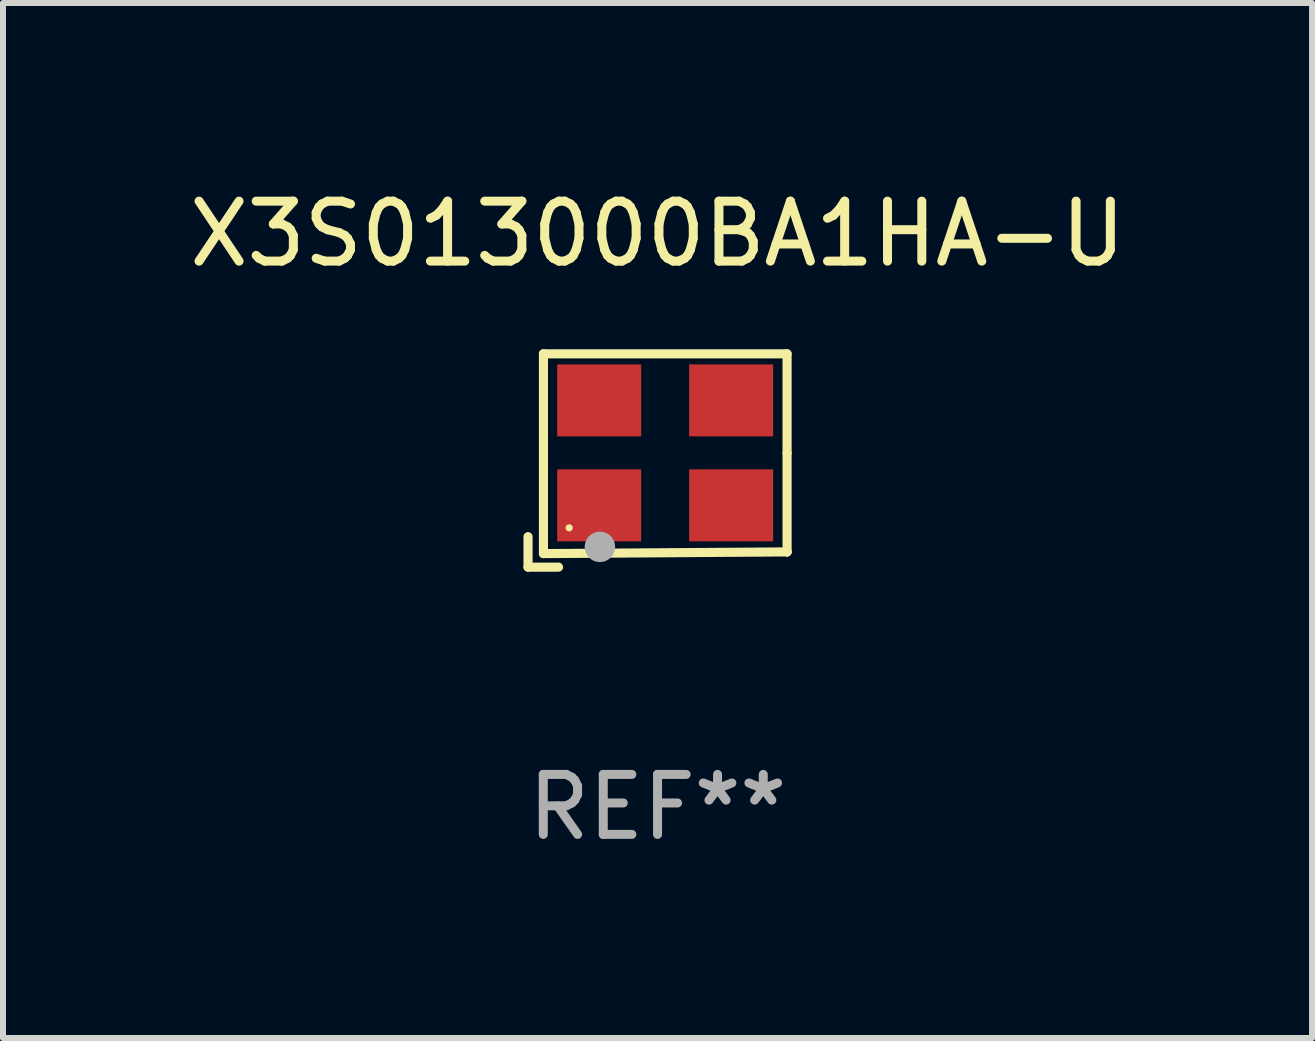
<source format=kicad_pcb>
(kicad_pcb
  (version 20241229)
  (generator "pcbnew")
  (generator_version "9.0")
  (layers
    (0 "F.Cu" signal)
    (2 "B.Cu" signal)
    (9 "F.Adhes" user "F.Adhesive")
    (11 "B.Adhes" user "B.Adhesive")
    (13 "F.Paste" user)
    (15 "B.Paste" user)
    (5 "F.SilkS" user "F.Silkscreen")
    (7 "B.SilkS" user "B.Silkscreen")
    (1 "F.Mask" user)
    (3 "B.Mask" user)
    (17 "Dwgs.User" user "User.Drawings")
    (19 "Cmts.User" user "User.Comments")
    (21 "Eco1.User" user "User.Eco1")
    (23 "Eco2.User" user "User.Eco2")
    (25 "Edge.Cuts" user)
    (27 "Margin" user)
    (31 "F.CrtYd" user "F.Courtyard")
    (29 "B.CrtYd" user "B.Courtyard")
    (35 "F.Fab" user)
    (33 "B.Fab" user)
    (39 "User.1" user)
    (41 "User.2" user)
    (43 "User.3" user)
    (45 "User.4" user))
  (footprint "X3S013000BA1HA-U"
    (layer "F.Cu")
    (at 7.911 4.626)
    (property "Reference" "X3S013000BA1HA-U" (at 0 -3.778 0) (layer "F.SilkS") (effects (font (size 1 1) (thickness 0.15))))
    (attr through_hole)
    (fp_line (start -2.159 1.27) (end -2.159 1.778) (stroke (width 0.152) (type solid)) (layer "F.SilkS"))
    (fp_line (start -2.159 1.778) (end -1.651 1.778) (stroke (width 0.152) (type solid)) (layer "F.SilkS"))
    (fp_line (start -1.902 -1.778) (end 2.159 -1.778) (stroke (width 0.152) (type solid)) (layer "F.SilkS"))
    (fp_line (start -1.902 1.552) (end -1.902 -1.778) (stroke (width 0.152) (type solid)) (layer "F.SilkS"))
    (fp_line (start 2.159 -1.778) (end 2.159 -0.127) (stroke (width 0.152) (type solid)) (layer "F.SilkS"))
    (fp_line (start 2.159 -0.127) (end 2.159 1.524) (stroke (width 0.152) (type solid)) (layer "F.SilkS"))
    (fp_line (start 2.159 1.524) (end -1.902 1.552) (stroke (width 0.152) (type solid)) (layer "F.SilkS"))
    (fp_line (start 2.159 1.524) (end 2.159 1.524) (stroke (width 0.152) (type solid)) (layer "F.SilkS"))
    (fp_circle (center -1.473 1.123) (end -1.443 1.123) (stroke (width 0.06) (type solid)) (fill no) (layer "F.SilkS"))
    (fp_circle (center -0.961 1.44) (end -0.834 1.44) (stroke (width 0.254) (type solid)) (fill no) (layer "F.Fab"))
    (fp_text user "REF**" (at 0 5.778 0) (layer "F.Fab") (effects (font (size 1 1) (thickness 0.15))))
    (pad "1" smd rect (at -0.973 0.748) (size 1.4 1.2) (layers "F.Cu" "F.Mask" "F.Paste"))
    (pad "2" smd rect (at 1.227 0.748) (size 1.4 1.2) (layers "F.Cu" "F.Mask" "F.Paste"))
    (pad "3" smd rect (at 1.227 -1.002) (size 1.4 1.2) (layers "F.Cu" "F.Mask" "F.Paste"))
    (pad "4" smd rect (at -0.973 -1.002) (size 1.4 1.2) (layers "F.Cu" "F.Mask" "F.Paste")))
  (gr_rect
    (start -3 -3)
    (end 18.821 14.253)
    (stroke (width 0.1) (type default))
    (fill no)
    (layer "Edge.Cuts")))
</source>
